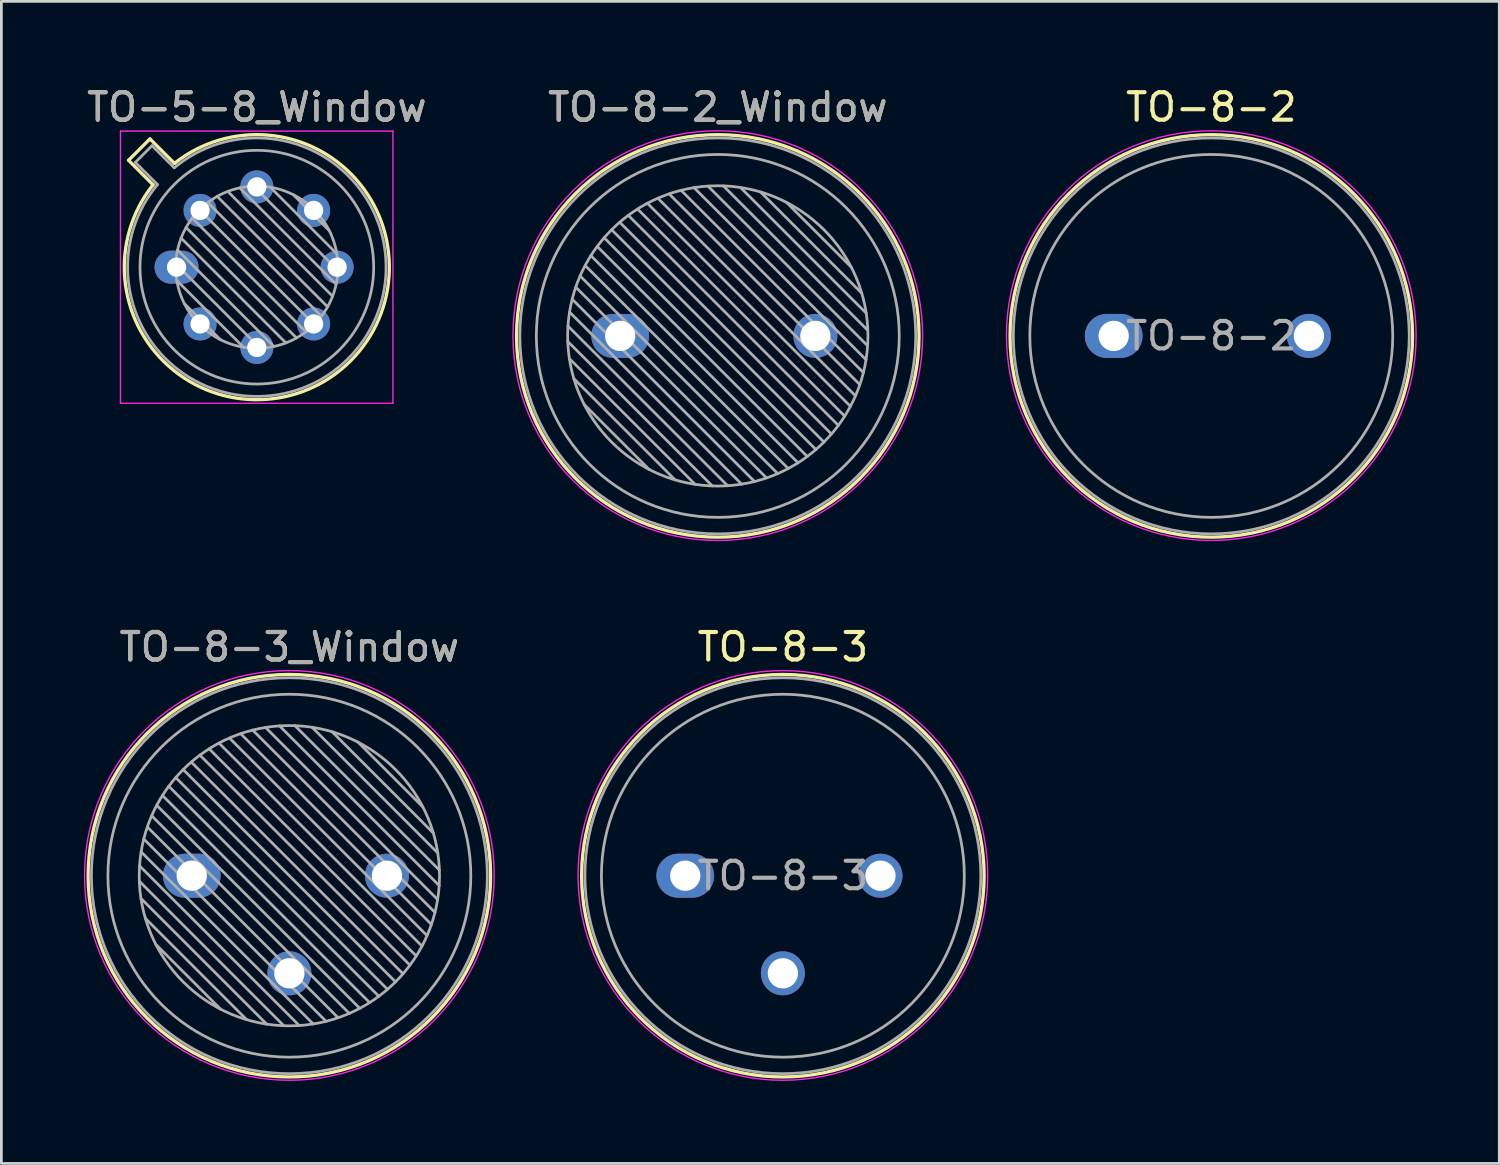
<source format=kicad_pcb>
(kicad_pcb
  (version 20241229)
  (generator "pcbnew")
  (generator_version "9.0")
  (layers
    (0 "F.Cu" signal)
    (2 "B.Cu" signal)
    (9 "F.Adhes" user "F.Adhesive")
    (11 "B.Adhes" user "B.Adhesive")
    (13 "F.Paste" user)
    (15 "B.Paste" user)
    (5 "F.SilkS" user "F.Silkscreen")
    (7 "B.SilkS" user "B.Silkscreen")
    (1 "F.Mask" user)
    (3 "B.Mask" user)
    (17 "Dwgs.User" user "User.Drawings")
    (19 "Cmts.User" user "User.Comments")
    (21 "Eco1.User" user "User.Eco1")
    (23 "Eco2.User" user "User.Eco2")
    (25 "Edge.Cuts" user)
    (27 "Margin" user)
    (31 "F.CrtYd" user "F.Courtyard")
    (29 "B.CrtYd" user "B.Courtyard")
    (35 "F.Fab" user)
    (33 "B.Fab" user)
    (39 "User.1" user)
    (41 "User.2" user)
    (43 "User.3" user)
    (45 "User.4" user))
  (footprint "TO-5-8_Window"
    (layer "F.Cu")
    (at 3.372 6.668)
    (property "Reference" "TO-5-8_Window" (at 2.92 -5.82 0) (layer "F.SilkS") (effects (font (size 1 1) (thickness 0.15))))
    (attr through_hole)
    (fp_line (start -1.746 -3.888) (end -0.855 -2.997) (stroke (width 0.12) (type solid)) (layer "F.SilkS"))
    (fp_line (start -0.968 -4.666) (end -1.746 -3.888) (stroke (width 0.12) (type solid)) (layer "F.SilkS"))
    (fp_line (start -0.077 -3.775) (end -0.968 -4.666) (stroke (width 0.12) (type solid)) (layer "F.SilkS"))
    (fp_arc (start -0.077084 -3.774902) (mid 6.328125 3.408384) (end -0.854674 -2.997371) (stroke (width 0.12) (type solid)) (layer "F.SilkS"))
    (fp_line (start -2.04 -4.95) (end -2.04 4.95) (stroke (width 0.05) (type solid)) (layer "F.CrtYd"))
    (fp_line (start -2.04 4.95) (end 7.87 4.95) (stroke (width 0.05) (type solid)) (layer "F.CrtYd"))
    (fp_line (start 7.87 -4.95) (end -2.04 -4.95) (stroke (width 0.05) (type solid)) (layer "F.CrtYd"))
    (fp_line (start 7.87 4.95) (end 7.87 -4.95) (stroke (width 0.05) (type solid)) (layer "F.CrtYd"))
    (fp_line (start -1.5 -3.812) (end -0.694 -3.005) (stroke (width 0.1) (type solid)) (layer "F.Fab"))
    (fp_line (start -0.892 -4.42) (end -1.5 -3.812) (stroke (width 0.1) (type solid)) (layer "F.Fab"))
    (fp_line (start -0.085 -3.614) (end -0.892 -4.42) (stroke (width 0.1) (type solid)) (layer "F.Fab"))
    (fp_line (start -0.028 -0.12) (end 3.04 2.948) (stroke (width 0.1) (type solid)) (layer "F.Fab"))
    (fp_line (start 0.009 0.485) (end 2.435 2.911) (stroke (width 0.1) (type solid)) (layer "F.Fab"))
    (fp_line (start 0.036 -0.622) (end 3.542 2.884) (stroke (width 0.1) (type solid)) (layer "F.Fab"))
    (fp_line (start 0.165 -1.058) (end 3.978 2.755) (stroke (width 0.1) (type solid)) (layer "F.Fab"))
    (fp_line (start 0.283 1.324) (end 1.596 2.637) (stroke (width 0.1) (type solid)) (layer "F.Fab"))
    (fp_line (start 0.346 -1.443) (end 4.363 2.574) (stroke (width 0.1) (type solid)) (layer "F.Fab"))
    (fp_line (start 0.57 -1.784) (end 4.704 2.35) (stroke (width 0.1) (type solid)) (layer "F.Fab"))
    (fp_line (start 0.834 -2.086) (end 5.006 2.086) (stroke (width 0.1) (type solid)) (layer "F.Fab"))
    (fp_line (start 1.136 -2.35) (end 5.27 1.784) (stroke (width 0.1) (type solid)) (layer "F.Fab"))
    (fp_line (start 1.477 -2.574) (end 5.494 1.443) (stroke (width 0.1) (type solid)) (layer "F.Fab"))
    (fp_line (start 1.862 -2.755) (end 5.675 1.058) (stroke (width 0.1) (type solid)) (layer "F.Fab"))
    (fp_line (start 2.298 -2.884) (end 5.804 0.622) (stroke (width 0.1) (type solid)) (layer "F.Fab"))
    (fp_line (start 2.8 -2.948) (end 5.868 0.12) (stroke (width 0.1) (type solid)) (layer "F.Fab"))
    (fp_line (start 3.405 -2.911) (end 5.831 -0.485) (stroke (width 0.1) (type solid)) (layer "F.Fab"))
    (fp_line (start 4.244 -2.637) (end 5.557 -1.324) (stroke (width 0.1) (type solid)) (layer "F.Fab"))
    (fp_arc (start -0.085408 -3.61352) (mid 6.243443 3.323361) (end -0.693594 -3.005319) (stroke (width 0.1) (type solid)) (layer "F.Fab"))
    (fp_circle (center 2.92 0) (end 5.87 0) (stroke (width 0.1) (type solid)) (fill no) (layer "F.Fab"))
    (fp_circle (center 2.92 0) (end 7.17 0) (stroke (width 0.1) (type solid)) (fill no) (layer "F.Fab"))
    (fp_text user "${REFERENCE}" (at 2.92 -5.82 0) (layer "F.Fab") (effects (font (size 1 1) (thickness 0.15))))
    (pad "1" thru_hole oval (at 0 0) (size 1.6 1.2) (drill 0.7) (layers "*.Cu" "*.Mask"))
    (pad "2" thru_hole oval (at 0.855 2.065) (size 1.2 1.2) (drill 0.7) (layers "*.Cu" "*.Mask"))
    (pad "3" thru_hole oval (at 2.92 2.92) (size 1.2 1.2) (drill 0.7) (layers "*.Cu" "*.Mask"))
    (pad "4" thru_hole oval (at 4.985 2.065) (size 1.2 1.2) (drill 0.7) (layers "*.Cu" "*.Mask"))
    (pad "5" thru_hole oval (at 5.84 0) (size 1.2 1.2) (drill 0.7) (layers "*.Cu" "*.Mask"))
    (pad "6" thru_hole oval (at 4.985 -2.065) (size 1.2 1.2) (drill 0.7) (layers "*.Cu" "*.Mask"))
    (pad "7" thru_hole oval (at 2.92 -2.92) (size 1.2 1.2) (drill 0.7) (layers "*.Cu" "*.Mask"))
    (pad "8" thru_hole oval (at 0.855 -2.065) (size 1.2 1.2) (drill 0.7) (layers "*.Cu" "*.Mask")))
  (footprint "TO-8-2_Window"
    (layer "F.Cu")
    (at 19.508 9.168)
    (property "Reference" "TO-8-2_Window" (at 3.55 -8.32 0) (layer "F.SilkS") (effects (font (size 1 1) (thickness 0.15))))
    (attr through_hole)
    (fp_circle (center 3.55 0) (end 10.87 0) (stroke (width 0.12) (type solid)) (fill no) (layer "F.SilkS"))
    (fp_circle (center 3.55 -0.01) (end 11 -0.01) (stroke (width 0.05) (type solid)) (fill no) (layer "F.CrtYd"))
    (fp_line (start -1.908 0.2) (end 3.35 5.458) (stroke (width 0.1) (type solid)) (layer "F.Fab"))
    (fp_line (start -1.9 -0.359) (end 3.909 5.45) (stroke (width 0.1) (type solid)) (layer "F.Fab"))
    (fp_line (start -1.849 0.825) (end 2.725 5.399) (stroke (width 0.1) (type solid)) (layer "F.Fab"))
    (fp_line (start -1.842 -0.867) (end 4.417 5.392) (stroke (width 0.1) (type solid)) (layer "F.Fab"))
    (fp_line (start -1.746 -1.336) (end 4.886 5.296) (stroke (width 0.1) (type solid)) (layer "F.Fab"))
    (fp_line (start -1.686 1.553) (end 1.997 5.236) (stroke (width 0.1) (type solid)) (layer "F.Fab"))
    (fp_line (start -1.616 -1.772) (end 5.322 5.166) (stroke (width 0.1) (type solid)) (layer "F.Fab"))
    (fp_line (start -1.458 -2.18) (end 5.73 5.008) (stroke (width 0.1) (type solid)) (layer "F.Fab"))
    (fp_line (start -1.307 2.498) (end 1.052 4.857) (stroke (width 0.1) (type solid)) (layer "F.Fab"))
    (fp_line (start -1.274 -2.561) (end 6.111 4.824) (stroke (width 0.1) (type solid)) (layer "F.Fab"))
    (fp_line (start -1.066 -2.919) (end 6.469 4.616) (stroke (width 0.1) (type solid)) (layer "F.Fab"))
    (fp_line (start -0.836 -3.255) (end 6.805 4.386) (stroke (width 0.1) (type solid)) (layer "F.Fab"))
    (fp_line (start -0.584 -3.569) (end 7.119 4.134) (stroke (width 0.1) (type solid)) (layer "F.Fab"))
    (fp_line (start -0.312 -3.862) (end 7.412 3.862) (stroke (width 0.1) (type solid)) (layer "F.Fab"))
    (fp_line (start -0.019 -4.134) (end 7.684 3.569) (stroke (width 0.1) (type solid)) (layer "F.Fab"))
    (fp_line (start 0.295 -4.386) (end 7.936 3.255) (stroke (width 0.1) (type solid)) (layer "F.Fab"))
    (fp_line (start 0.631 -4.616) (end 8.166 2.919) (stroke (width 0.1) (type solid)) (layer "F.Fab"))
    (fp_line (start 0.989 -4.824) (end 8.374 2.561) (stroke (width 0.1) (type solid)) (layer "F.Fab"))
    (fp_line (start 1.37 -5.008) (end 8.558 2.18) (stroke (width 0.1) (type solid)) (layer "F.Fab"))
    (fp_line (start 1.778 -5.166) (end 8.716 1.772) (stroke (width 0.1) (type solid)) (layer "F.Fab"))
    (fp_line (start 2.214 -5.296) (end 8.846 1.336) (stroke (width 0.1) (type solid)) (layer "F.Fab"))
    (fp_line (start 2.683 -5.392) (end 8.942 0.867) (stroke (width 0.1) (type solid)) (layer "F.Fab"))
    (fp_line (start 3.191 -5.45) (end 9 0.359) (stroke (width 0.1) (type solid)) (layer "F.Fab"))
    (fp_line (start 3.75 -5.458) (end 9.008 -0.2) (stroke (width 0.1) (type solid)) (layer "F.Fab"))
    (fp_line (start 4.375 -5.399) (end 8.949 -0.825) (stroke (width 0.1) (type solid)) (layer "F.Fab"))
    (fp_line (start 5.103 -5.236) (end 8.786 -1.553) (stroke (width 0.1) (type solid)) (layer "F.Fab"))
    (fp_line (start 6.048 -4.857) (end 8.407 -2.498) (stroke (width 0.1) (type solid)) (layer "F.Fab"))
    (fp_circle (center 3.55 0) (end 9.011 0) (stroke (width 0.1) (type solid)) (fill no) (layer "F.Fab"))
    (fp_circle (center 3.55 0) (end 10.15 0) (stroke (width 0.1) (type solid)) (fill no) (layer "F.Fab"))
    (fp_circle (center 3.55 0) (end 10.75 0) (stroke (width 0.1) (type solid)) (fill no) (layer "F.Fab"))
    (fp_text user "${REFERENCE}" (at 3.55 -8.32 0) (layer "F.Fab") (effects (font (size 1 1) (thickness 0.15))))
    (pad "1" thru_hole oval (at 0 0) (size 2.1 1.6) (drill 1.1) (layers "*.Cu" "*.Mask"))
    (pad "2" thru_hole oval (at 7.1 0) (size 1.6 1.6) (drill 1.1) (layers "*.Cu" "*.Mask")))
  (footprint "TO-8-3_Window"
    (layer "F.Cu")
    (at 3.925 28.802)
    (property "Reference" "TO-8-3_Window" (at 3.55 -8.32 0) (layer "F.SilkS") (effects (font (size 1 1) (thickness 0.15))))
    (attr through_hole)
    (fp_circle (center 3.55 0) (end 10.87 0) (stroke (width 0.12) (type solid)) (fill no) (layer "F.SilkS"))
    (fp_circle (center 3.55 -0.01) (end 11 -0.01) (stroke (width 0.05) (type solid)) (fill no) (layer "F.CrtYd"))
    (fp_line (start -1.908 0.2) (end 3.35 5.458) (stroke (width 0.1) (type solid)) (layer "F.Fab"))
    (fp_line (start -1.9 -0.359) (end 3.909 5.45) (stroke (width 0.1) (type solid)) (layer "F.Fab"))
    (fp_line (start -1.849 0.825) (end 2.725 5.399) (stroke (width 0.1) (type solid)) (layer "F.Fab"))
    (fp_line (start -1.842 -0.867) (end 4.417 5.392) (stroke (width 0.1) (type solid)) (layer "F.Fab"))
    (fp_line (start -1.746 -1.336) (end 4.886 5.296) (stroke (width 0.1) (type solid)) (layer "F.Fab"))
    (fp_line (start -1.686 1.553) (end 1.997 5.236) (stroke (width 0.1) (type solid)) (layer "F.Fab"))
    (fp_line (start -1.616 -1.772) (end 5.322 5.166) (stroke (width 0.1) (type solid)) (layer "F.Fab"))
    (fp_line (start -1.458 -2.18) (end 5.73 5.008) (stroke (width 0.1) (type solid)) (layer "F.Fab"))
    (fp_line (start -1.307 2.498) (end 1.052 4.857) (stroke (width 0.1) (type solid)) (layer "F.Fab"))
    (fp_line (start -1.274 -2.561) (end 6.111 4.824) (stroke (width 0.1) (type solid)) (layer "F.Fab"))
    (fp_line (start -1.066 -2.919) (end 6.469 4.616) (stroke (width 0.1) (type solid)) (layer "F.Fab"))
    (fp_line (start -0.836 -3.255) (end 6.805 4.386) (stroke (width 0.1) (type solid)) (layer "F.Fab"))
    (fp_line (start -0.584 -3.569) (end 7.119 4.134) (stroke (width 0.1) (type solid)) (layer "F.Fab"))
    (fp_line (start -0.312 -3.862) (end 7.412 3.862) (stroke (width 0.1) (type solid)) (layer "F.Fab"))
    (fp_line (start -0.019 -4.134) (end 7.684 3.569) (stroke (width 0.1) (type solid)) (layer "F.Fab"))
    (fp_line (start 0.295 -4.386) (end 7.936 3.255) (stroke (width 0.1) (type solid)) (layer "F.Fab"))
    (fp_line (start 0.631 -4.616) (end 8.166 2.919) (stroke (width 0.1) (type solid)) (layer "F.Fab"))
    (fp_line (start 0.989 -4.824) (end 8.374 2.561) (stroke (width 0.1) (type solid)) (layer "F.Fab"))
    (fp_line (start 1.37 -5.008) (end 8.558 2.18) (stroke (width 0.1) (type solid)) (layer "F.Fab"))
    (fp_line (start 1.778 -5.166) (end 8.716 1.772) (stroke (width 0.1) (type solid)) (layer "F.Fab"))
    (fp_line (start 2.214 -5.296) (end 8.846 1.336) (stroke (width 0.1) (type solid)) (layer "F.Fab"))
    (fp_line (start 2.683 -5.392) (end 8.942 0.867) (stroke (width 0.1) (type solid)) (layer "F.Fab"))
    (fp_line (start 3.191 -5.45) (end 9 0.359) (stroke (width 0.1) (type solid)) (layer "F.Fab"))
    (fp_line (start 3.75 -5.458) (end 9.008 -0.2) (stroke (width 0.1) (type solid)) (layer "F.Fab"))
    (fp_line (start 4.375 -5.399) (end 8.949 -0.825) (stroke (width 0.1) (type solid)) (layer "F.Fab"))
    (fp_line (start 5.103 -5.236) (end 8.786 -1.553) (stroke (width 0.1) (type solid)) (layer "F.Fab"))
    (fp_line (start 6.048 -4.857) (end 8.407 -2.498) (stroke (width 0.1) (type solid)) (layer "F.Fab"))
    (fp_circle (center 3.55 0) (end 9.011 0) (stroke (width 0.1) (type solid)) (fill no) (layer "F.Fab"))
    (fp_circle (center 3.55 0) (end 10.15 0) (stroke (width 0.1) (type solid)) (fill no) (layer "F.Fab"))
    (fp_circle (center 3.55 0) (end 10.75 0) (stroke (width 0.1) (type solid)) (fill no) (layer "F.Fab"))
    (fp_text user "${REFERENCE}" (at 3.55 -8.32 0) (layer "F.Fab") (effects (font (size 1 1) (thickness 0.15))))
    (pad "1" thru_hole oval (at 0 0) (size 2.1 1.6) (drill 1.1) (layers "*.Cu" "*.Mask"))
    (pad "2" thru_hole oval (at 3.55 3.55) (size 1.6 1.6) (drill 1.1) (layers "*.Cu" "*.Mask"))
    (pad "3" thru_hole oval (at 7.1 0) (size 1.6 1.6) (drill 1.1) (layers "*.Cu" "*.Mask")))
  (footprint "TO-8-2"
    (layer "F.Cu")
    (at 37.458 9.168)
    (property "Reference" "TO-8-2" (at 3.55 -8.32 0) (layer "F.SilkS") (effects (font (size 1 1) (thickness 0.15))))
    (attr through_hole)
    (fp_circle (center 3.55 0) (end 10.87 0) (stroke (width 0.12) (type solid)) (fill no) (layer "F.SilkS"))
    (fp_circle (center 3.55 -0.01) (end 11 -0.01) (stroke (width 0.05) (type solid)) (fill no) (layer "F.CrtYd"))
    (fp_circle (center 3.55 0) (end 10.15 0) (stroke (width 0.1) (type solid)) (fill no) (layer "F.Fab"))
    (fp_circle (center 3.55 0) (end 10.75 0) (stroke (width 0.1) (type solid)) (fill no) (layer "F.Fab"))
    (fp_text user "${REFERENCE}" (at 3.55 0 0) (layer "F.Fab") (effects (font (size 1 1) (thickness 0.15))))
    (pad "1" thru_hole oval (at 0 0) (size 2.1 1.6) (drill 1.1) (layers "*.Cu" "*.Mask"))
    (pad "2" thru_hole oval (at 7.1 0) (size 1.6 1.6) (drill 1.1) (layers "*.Cu" "*.Mask")))
  (footprint "TO-8-3"
    (layer "F.Cu")
    (at 21.875 28.802)
    (property "Reference" "TO-8-3" (at 3.55 -8.32 0) (layer "F.SilkS") (effects (font (size 1 1) (thickness 0.15))))
    (attr through_hole)
    (fp_circle (center 3.55 0) (end 10.87 0) (stroke (width 0.12) (type solid)) (fill no) (layer "F.SilkS"))
    (fp_circle (center 3.55 -0.01) (end 11 -0.01) (stroke (width 0.05) (type solid)) (fill no) (layer "F.CrtYd"))
    (fp_circle (center 3.55 0) (end 10.15 0) (stroke (width 0.1) (type solid)) (fill no) (layer "F.Fab"))
    (fp_circle (center 3.55 0) (end 10.75 0) (stroke (width 0.1) (type solid)) (fill no) (layer "F.Fab"))
    (fp_text user "${REFERENCE}" (at 3.55 0 0) (layer "F.Fab") (effects (font (size 1 1) (thickness 0.15))))
    (pad "1" thru_hole oval (at 0 0) (size 2.1 1.6) (drill 1.1) (layers "*.Cu" "*.Mask"))
    (pad "2" thru_hole oval (at 3.55 3.55) (size 1.6 1.6) (drill 1.1) (layers "*.Cu" "*.Mask"))
    (pad "3" thru_hole oval (at 7.1 0) (size 1.6 1.6) (drill 1.1) (layers "*.Cu" "*.Mask")))
  (gr_rect
    (start -3 -3)
    (end 51.483 39.267)
    (stroke (width 0.1) (type default))
    (fill no)
    (layer "Edge.Cuts")))
</source>
